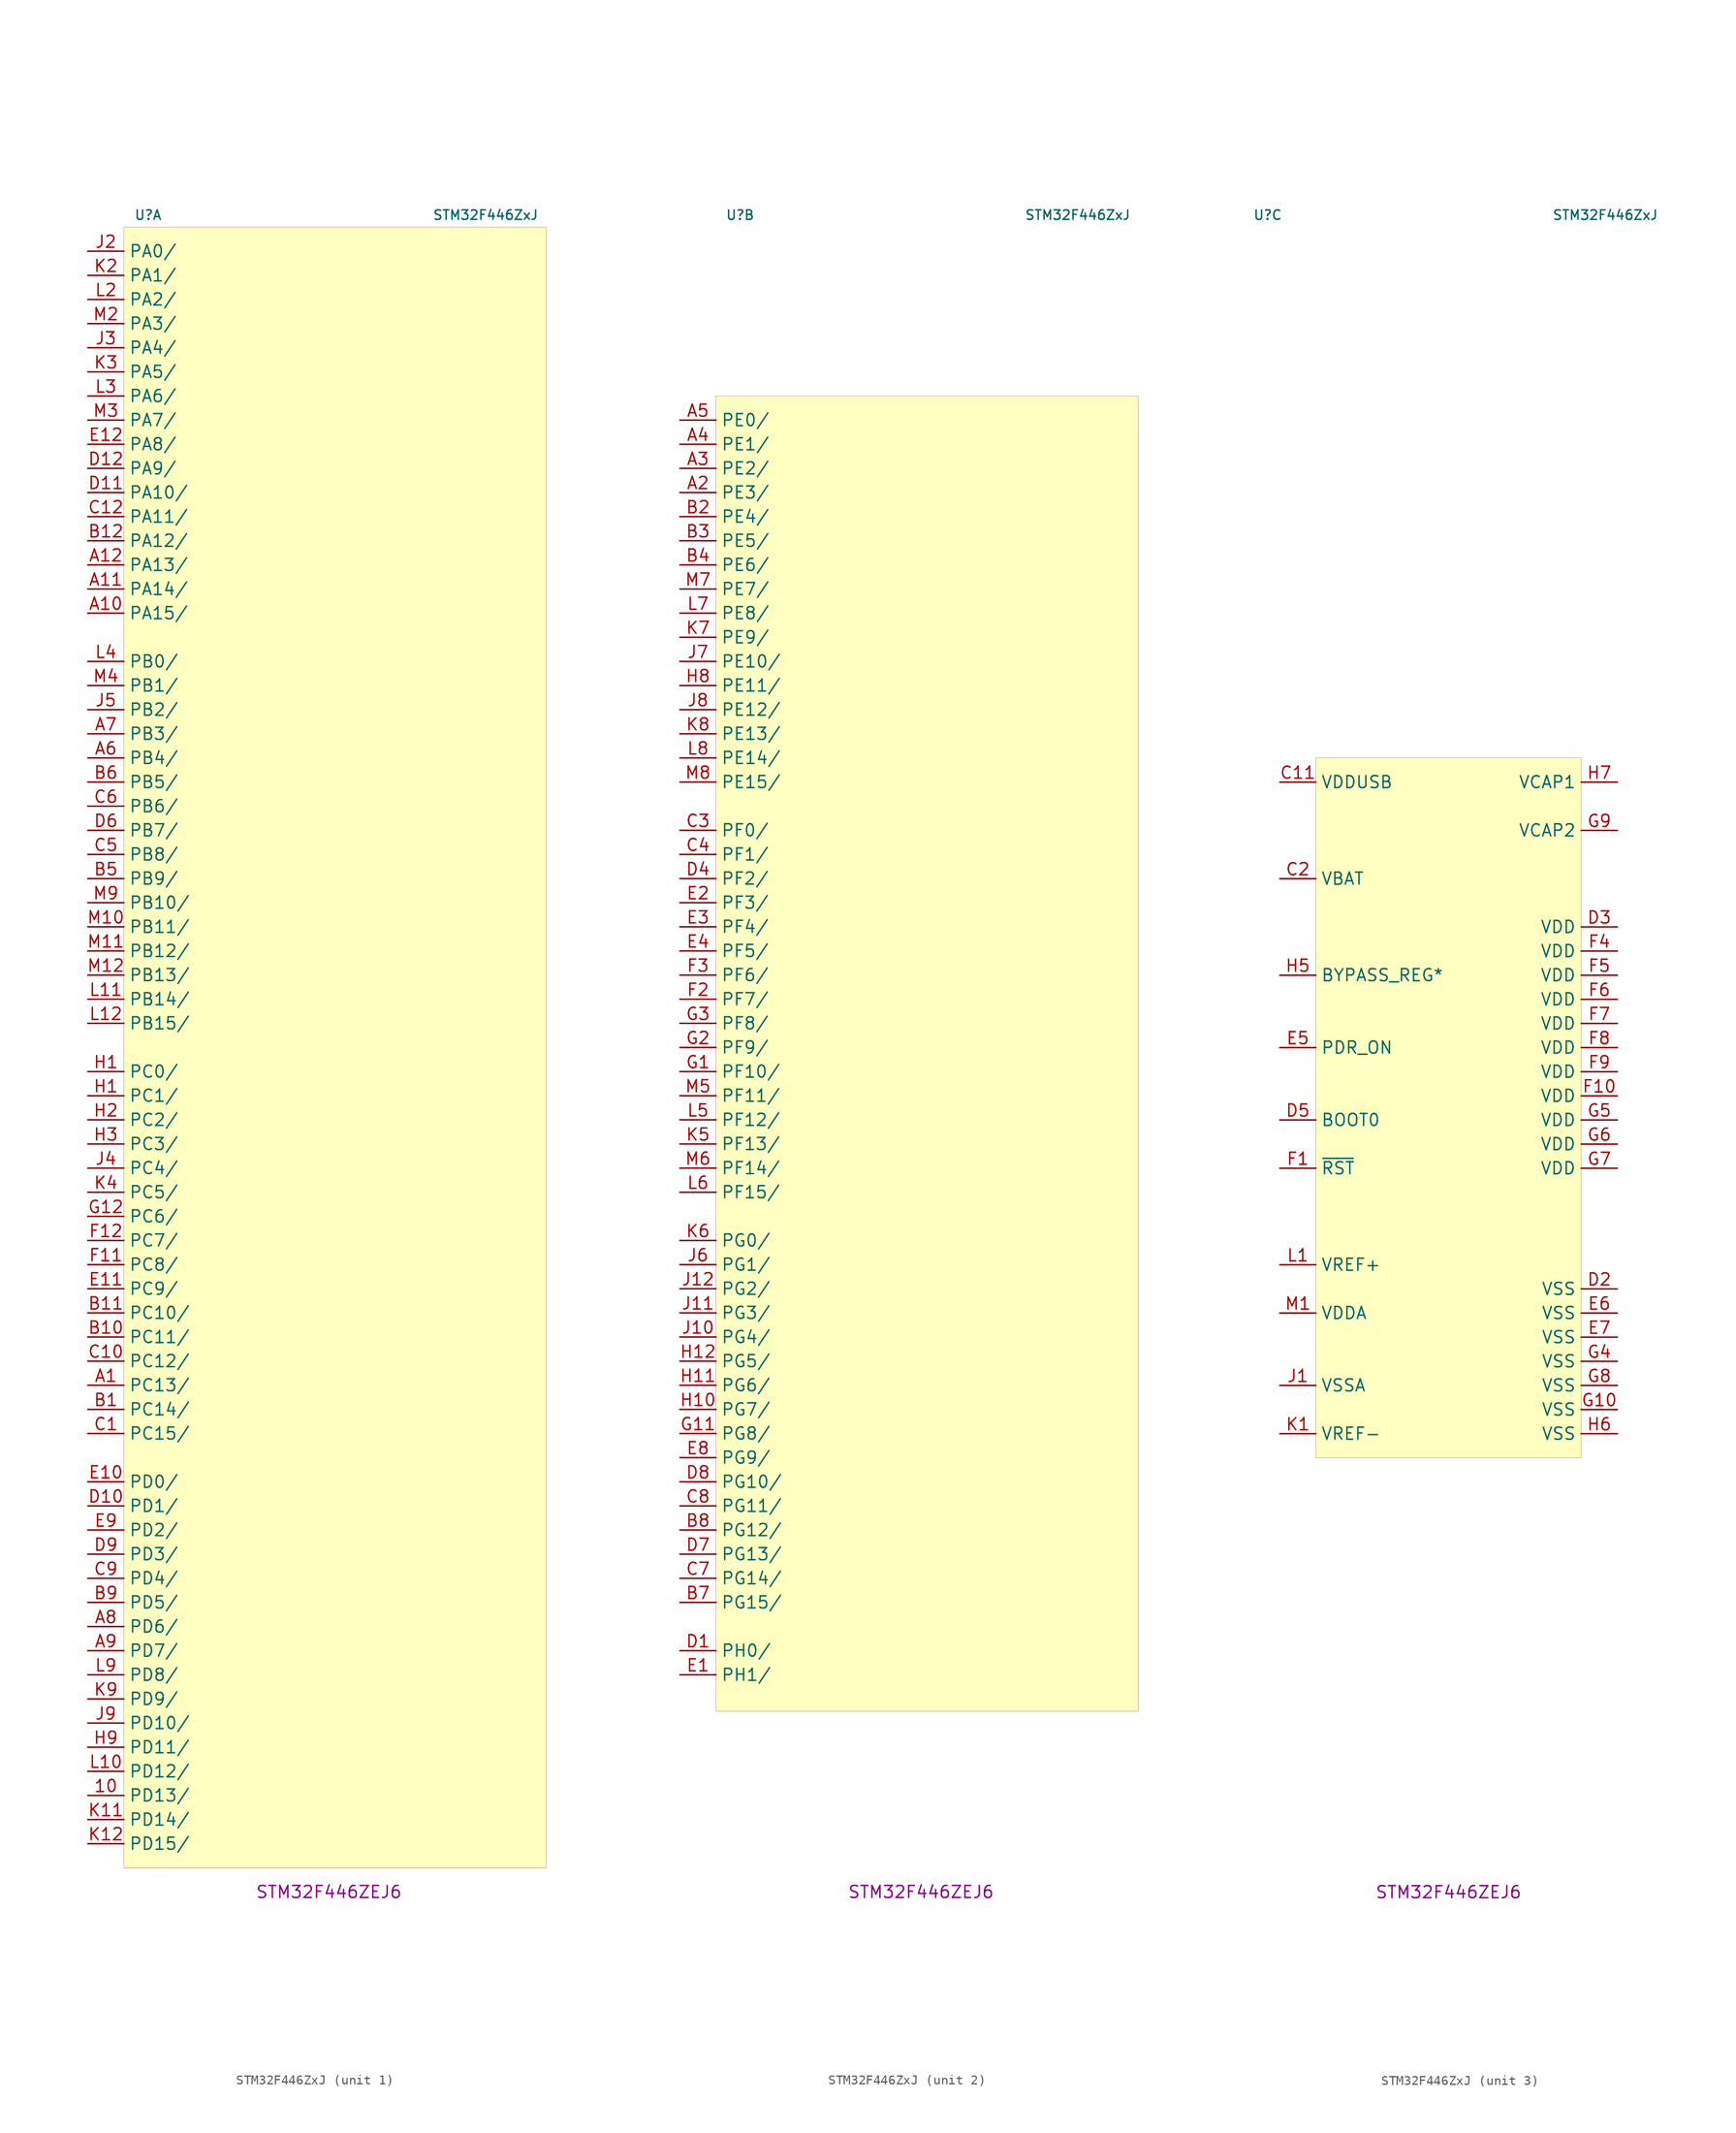
<source format=kicad_sym>
(kicad_symbol_lib
  (version 20231120)
  (generator "kicad_symbol_editor")
  (generator_version "8.0")
  (symbol "STM32F446ZxJ"
    (property "Reference" "U"
      (at -19.05 87.63 0)
      (effects (font (size 1 1))))
    (property "Value" "STM32F446ZxJ"
      (at 16.51 87.63 0)
      (effects (font (size 1 1))))
    (property "MPN" "STM32F446ZEJ6"
      (at 0 -88.9 0)
      (effects (font (size 1.27 1.27))))
    (property "ki_locked" ""
      (at 0 0 0)
      (effects (font (size 1.27 1.27))))
    (symbol "STM32F446ZxJ_1_1"
      (rectangle (start -21.59 86.36) (end 22.86 -86.36) (stroke (width 0.001) (type default)) (fill (type background)))
      (pin bidirectional line (at -25.4 -78.74 0) (length 3.81) (name "PD13/" (effects (font (size 1.27 1.27)))) (number "10" (effects (font (size 1.27 1.27)))))
      (pin bidirectional line (at -25.4 -35.56 0) (length 3.81) (name "PC13/" (effects (font (size 1.27 1.27)))) (number "A1" (effects (font (size 1.27 1.27)))))
      (pin bidirectional line (at -25.4 45.72 0) (length 3.81) (name "PA15/" (effects (font (size 1.27 1.27)))) (number "A10" (effects (font (size 1.27 1.27)))))
      (pin bidirectional line (at -25.4 48.26 0) (length 3.81) (name "PA14/" (effects (font (size 1.27 1.27)))) (number "A11" (effects (font (size 1.27 1.27)))))
      (pin bidirectional line (at -25.4 50.8 0) (length 3.81) (name "PA13/" (effects (font (size 1.27 1.27)))) (number "A12" (effects (font (size 1.27 1.27)))))
      (pin bidirectional line (at -25.4 30.48 0) (length 3.81) (name "PB4/" (effects (font (size 1.27 1.27)))) (number "A6" (effects (font (size 1.27 1.27)))))
      (pin bidirectional line (at -25.4 33.02 0) (length 3.81) (name "PB3/" (effects (font (size 1.27 1.27)))) (number "A7" (effects (font (size 1.27 1.27)))))
      (pin bidirectional line (at -25.4 -60.96 0) (length 3.81) (name "PD6/" (effects (font (size 1.27 1.27)))) (number "A8" (effects (font (size 1.27 1.27)))))
      (pin bidirectional line (at -25.4 -63.5 0) (length 3.81) (name "PD7/" (effects (font (size 1.27 1.27)))) (number "A9" (effects (font (size 1.27 1.27)))))
      (pin bidirectional line (at -25.4 -38.1 0) (length 3.81) (name "PC14/" (effects (font (size 1.27 1.27)))) (number "B1" (effects (font (size 1.27 1.27)))))
      (pin bidirectional line (at -25.4 -30.48 0) (length 3.81) (name "PC11/" (effects (font (size 1.27 1.27)))) (number "B10" (effects (font (size 1.27 1.27)))))
      (pin bidirectional line (at -25.4 -27.94 0) (length 3.81) (name "PC10/" (effects (font (size 1.27 1.27)))) (number "B11" (effects (font (size 1.27 1.27)))))
      (pin bidirectional line (at -25.4 53.34 0) (length 3.81) (name "PA12/" (effects (font (size 1.27 1.27)))) (number "B12" (effects (font (size 1.27 1.27)))))
      (pin bidirectional line (at -25.4 17.78 0) (length 3.81) (name "PB9/" (effects (font (size 1.27 1.27)))) (number "B5" (effects (font (size 1.27 1.27)))))
      (pin bidirectional line (at -25.4 27.94 0) (length 3.81) (name "PB5/" (effects (font (size 1.27 1.27)))) (number "B6" (effects (font (size 1.27 1.27)))))
      (pin bidirectional line (at -25.4 -58.42 0) (length 3.81) (name "PD5/" (effects (font (size 1.27 1.27)))) (number "B9" (effects (font (size 1.27 1.27)))))
      (pin bidirectional line (at -25.4 -40.64 0) (length 3.81) (name "PC15/" (effects (font (size 1.27 1.27)))) (number "C1" (effects (font (size 1.27 1.27)))))
      (pin bidirectional line (at -25.4 -33.02 0) (length 3.81) (name "PC12/" (effects (font (size 1.27 1.27)))) (number "C10" (effects (font (size 1.27 1.27)))))
      (pin bidirectional line (at -25.4 55.88 0) (length 3.81) (name "PA11/" (effects (font (size 1.27 1.27)))) (number "C12" (effects (font (size 1.27 1.27)))))
      (pin bidirectional line (at -25.4 20.32 0) (length 3.81) (name "PB8/" (effects (font (size 1.27 1.27)))) (number "C5" (effects (font (size 1.27 1.27)))))
      (pin bidirectional line (at -25.4 25.4 0) (length 3.81) (name "PB6/" (effects (font (size 1.27 1.27)))) (number "C6" (effects (font (size 1.27 1.27)))))
      (pin bidirectional line (at -25.4 -55.88 0) (length 3.81) (name "PD4/" (effects (font (size 1.27 1.27)))) (number "C9" (effects (font (size 1.27 1.27)))))
      (pin bidirectional line (at -25.4 -48.26 0) (length 3.81) (name "PD1/" (effects (font (size 1.27 1.27)))) (number "D10" (effects (font (size 1.27 1.27)))))
      (pin bidirectional line (at -25.4 58.42 0) (length 3.81) (name "PA10/" (effects (font (size 1.27 1.27)))) (number "D11" (effects (font (size 1.27 1.27)))))
      (pin bidirectional line (at -25.4 60.96 0) (length 3.81) (name "PA9/" (effects (font (size 1.27 1.27)))) (number "D12" (effects (font (size 1.27 1.27)))))
      (pin bidirectional line (at -25.4 22.86 0) (length 3.81) (name "PB7/" (effects (font (size 1.27 1.27)))) (number "D6" (effects (font (size 1.27 1.27)))))
      (pin bidirectional line (at -25.4 -53.34 0) (length 3.81) (name "PD3/" (effects (font (size 1.27 1.27)))) (number "D9" (effects (font (size 1.27 1.27)))))
      (pin bidirectional line (at -25.4 -45.72 0) (length 3.81) (name "PD0/" (effects (font (size 1.27 1.27)))) (number "E10" (effects (font (size 1.27 1.27)))))
      (pin bidirectional line (at -25.4 -25.4 0) (length 3.81) (name "PC9/" (effects (font (size 1.27 1.27)))) (number "E11" (effects (font (size 1.27 1.27)))))
      (pin bidirectional line (at -25.4 63.5 0) (length 3.81) (name "PA8/" (effects (font (size 1.27 1.27)))) (number "E12" (effects (font (size 1.27 1.27)))))
      (pin bidirectional line (at -25.4 -50.8 0) (length 3.81) (name "PD2/" (effects (font (size 1.27 1.27)))) (number "E9" (effects (font (size 1.27 1.27)))))
      (pin bidirectional line (at -25.4 -22.86 0) (length 3.81) (name "PC8/" (effects (font (size 1.27 1.27)))) (number "F11" (effects (font (size 1.27 1.27)))))
      (pin bidirectional line (at -25.4 -20.32 0) (length 3.81) (name "PC7/" (effects (font (size 1.27 1.27)))) (number "F12" (effects (font (size 1.27 1.27)))))
      (pin bidirectional line (at -25.4 -17.78 0) (length 3.81) (name "PC6/" (effects (font (size 1.27 1.27)))) (number "G12" (effects (font (size 1.27 1.27)))))
      (pin bidirectional line (at -25.4 -2.54 0) (length 3.81) (name "PC0/" (effects (font (size 1.27 1.27)))) (number "H1" (effects (font (size 1.27 1.27)))))
      (pin bidirectional line (at -25.4 -5.08 0) (length 3.81) (name "PC1/" (effects (font (size 1.27 1.27)))) (number "H1" (effects (font (size 1.27 1.27)))))
      (pin bidirectional line (at -25.4 -7.62 0) (length 3.81) (name "PC2/" (effects (font (size 1.27 1.27)))) (number "H2" (effects (font (size 1.27 1.27)))))
      (pin bidirectional line (at -25.4 -10.16 0) (length 3.81) (name "PC3/" (effects (font (size 1.27 1.27)))) (number "H3" (effects (font (size 1.27 1.27)))))
      (pin bidirectional line (at -25.4 -73.66 0) (length 3.81) (name "PD11/" (effects (font (size 1.27 1.27)))) (number "H9" (effects (font (size 1.27 1.27)))))
      (pin bidirectional line (at -25.4 83.82 0) (length 3.81) (name "PA0/" (effects (font (size 1.27 1.27)))) (number "J2" (effects (font (size 1.27 1.27)))))
      (pin bidirectional line (at -25.4 73.66 0) (length 3.81) (name "PA4/" (effects (font (size 1.27 1.27)))) (number "J3" (effects (font (size 1.27 1.27)))))
      (pin bidirectional line (at -25.4 -12.7 0) (length 3.81) (name "PC4/" (effects (font (size 1.27 1.27)))) (number "J4" (effects (font (size 1.27 1.27)))))
      (pin bidirectional line (at -25.4 35.56 0) (length 3.81) (name "PB2/" (effects (font (size 1.27 1.27)))) (number "J5" (effects (font (size 1.27 1.27)))))
      (pin bidirectional line (at -25.4 -71.12 0) (length 3.81) (name "PD10/" (effects (font (size 1.27 1.27)))) (number "J9" (effects (font (size 1.27 1.27)))))
      (pin bidirectional line (at -25.4 -81.28 0) (length 3.81) (name "PD14/" (effects (font (size 1.27 1.27)))) (number "K11" (effects (font (size 1.27 1.27)))))
      (pin bidirectional line (at -25.4 -83.82 0) (length 3.81) (name "PD15/" (effects (font (size 1.27 1.27)))) (number "K12" (effects (font (size 1.27 1.27)))))
      (pin bidirectional line (at -25.4 81.28 0) (length 3.81) (name "PA1/" (effects (font (size 1.27 1.27)))) (number "K2" (effects (font (size 1.27 1.27)))))
      (pin bidirectional line (at -25.4 71.12 0) (length 3.81) (name "PA5/" (effects (font (size 1.27 1.27)))) (number "K3" (effects (font (size 1.27 1.27)))))
      (pin bidirectional line (at -25.4 -15.24 0) (length 3.81) (name "PC5/" (effects (font (size 1.27 1.27)))) (number "K4" (effects (font (size 1.27 1.27)))))
      (pin bidirectional line (at -25.4 -68.58 0) (length 3.81) (name "PD9/" (effects (font (size 1.27 1.27)))) (number "K9" (effects (font (size 1.27 1.27)))))
      (pin bidirectional line (at -25.4 -76.2 0) (length 3.81) (name "PD12/" (effects (font (size 1.27 1.27)))) (number "L10" (effects (font (size 1.27 1.27)))))
      (pin bidirectional line (at -25.4 5.08 0) (length 3.81) (name "PB14/" (effects (font (size 1.27 1.27)))) (number "L11" (effects (font (size 1.27 1.27)))))
      (pin bidirectional line (at -25.4 2.54 0) (length 3.81) (name "PB15/" (effects (font (size 1.27 1.27)))) (number "L12" (effects (font (size 1.27 1.27)))))
      (pin bidirectional line (at -25.4 78.74 0) (length 3.81) (name "PA2/" (effects (font (size 1.27 1.27)))) (number "L2" (effects (font (size 1.27 1.27)))))
      (pin bidirectional line (at -25.4 68.58 0) (length 3.81) (name "PA6/" (effects (font (size 1.27 1.27)))) (number "L3" (effects (font (size 1.27 1.27)))))
      (pin bidirectional line (at -25.4 40.64 0) (length 3.81) (name "PB0/" (effects (font (size 1.27 1.27)))) (number "L4" (effects (font (size 1.27 1.27)))))
      (pin bidirectional line (at -25.4 -66.04 0) (length 3.81) (name "PD8/" (effects (font (size 1.27 1.27)))) (number "L9" (effects (font (size 1.27 1.27)))))
      (pin bidirectional line (at -25.4 12.7 0) (length 3.81) (name "PB11/" (effects (font (size 1.27 1.27)))) (number "M10" (effects (font (size 1.27 1.27)))))
      (pin bidirectional line (at -25.4 10.16 0) (length 3.81) (name "PB12/" (effects (font (size 1.27 1.27)))) (number "M11" (effects (font (size 1.27 1.27)))))
      (pin bidirectional line (at -25.4 7.62 0) (length 3.81) (name "PB13/" (effects (font (size 1.27 1.27)))) (number "M12" (effects (font (size 1.27 1.27)))))
      (pin bidirectional line (at -25.4 76.2 0) (length 3.81) (name "PA3/" (effects (font (size 1.27 1.27)))) (number "M2" (effects (font (size 1.27 1.27)))))
      (pin bidirectional line (at -25.4 66.04 0) (length 3.81) (name "PA7/" (effects (font (size 1.27 1.27)))) (number "M3" (effects (font (size 1.27 1.27)))))
      (pin bidirectional line (at -25.4 38.1 0) (length 3.81) (name "PB1/" (effects (font (size 1.27 1.27)))) (number "M4" (effects (font (size 1.27 1.27)))))
      (pin bidirectional line (at -25.4 15.24 0) (length 3.81) (name "PB10/" (effects (font (size 1.27 1.27)))) (number "M9" (effects (font (size 1.27 1.27))))))
    (symbol "STM32F446ZxJ_2_1"
      (rectangle (start -21.59 68.58) (end 22.86 -69.85) (stroke (width 0.001) (type default)) (fill (type background)))
      (pin bidirectional line (at -25.4 58.42 0) (length 3.81) (name "PE3/" (effects (font (size 1.27 1.27)))) (number "A2" (effects (font (size 1.27 1.27)))))
      (pin bidirectional line (at -25.4 60.96 0) (length 3.81) (name "PE2/" (effects (font (size 1.27 1.27)))) (number "A3" (effects (font (size 1.27 1.27)))))
      (pin bidirectional line (at -25.4 63.5 0) (length 3.81) (name "PE1/" (effects (font (size 1.27 1.27)))) (number "A4" (effects (font (size 1.27 1.27)))))
      (pin bidirectional line (at -25.4 66.04 0) (length 3.81) (name "PE0/" (effects (font (size 1.27 1.27)))) (number "A5" (effects (font (size 1.27 1.27)))))
      (pin bidirectional line (at -25.4 55.88 0) (length 3.81) (name "PE4/" (effects (font (size 1.27 1.27)))) (number "B2" (effects (font (size 1.27 1.27)))))
      (pin bidirectional line (at -25.4 53.34 0) (length 3.81) (name "PE5/" (effects (font (size 1.27 1.27)))) (number "B3" (effects (font (size 1.27 1.27)))))
      (pin bidirectional line (at -25.4 50.8 0) (length 3.81) (name "PE6/" (effects (font (size 1.27 1.27)))) (number "B4" (effects (font (size 1.27 1.27)))))
      (pin bidirectional line (at -25.4 -58.42 0) (length 3.81) (name "PG15/" (effects (font (size 1.27 1.27)))) (number "B7" (effects (font (size 1.27 1.27)))))
      (pin bidirectional line (at -25.4 -50.8 0) (length 3.81) (name "PG12/" (effects (font (size 1.27 1.27)))) (number "B8" (effects (font (size 1.27 1.27)))))
      (pin bidirectional line (at -25.4 22.86 0) (length 3.81) (name "PF0/" (effects (font (size 1.27 1.27)))) (number "C3" (effects (font (size 1.27 1.27)))))
      (pin bidirectional line (at -25.4 20.32 0) (length 3.81) (name "PF1/" (effects (font (size 1.27 1.27)))) (number "C4" (effects (font (size 1.27 1.27)))))
      (pin bidirectional line (at -25.4 -55.88 0) (length 3.81) (name "PG14/" (effects (font (size 1.27 1.27)))) (number "C7" (effects (font (size 1.27 1.27)))))
      (pin bidirectional line (at -25.4 -48.26 0) (length 3.81) (name "PG11/" (effects (font (size 1.27 1.27)))) (number "C8" (effects (font (size 1.27 1.27)))))
      (pin bidirectional line (at -25.4 -63.5 0) (length 3.81) (name "PH0/" (effects (font (size 1.27 1.27)))) (number "D1" (effects (font (size 1.27 1.27)))))
      (pin bidirectional line (at -25.4 17.78 0) (length 3.81) (name "PF2/" (effects (font (size 1.27 1.27)))) (number "D4" (effects (font (size 1.27 1.27)))))
      (pin bidirectional line (at -25.4 -53.34 0) (length 3.81) (name "PG13/" (effects (font (size 1.27 1.27)))) (number "D7" (effects (font (size 1.27 1.27)))))
      (pin bidirectional line (at -25.4 -45.72 0) (length 3.81) (name "PG10/" (effects (font (size 1.27 1.27)))) (number "D8" (effects (font (size 1.27 1.27)))))
      (pin bidirectional line (at -25.4 -66.04 0) (length 3.81) (name "PH1/" (effects (font (size 1.27 1.27)))) (number "E1" (effects (font (size 1.27 1.27)))))
      (pin bidirectional line (at -25.4 15.24 0) (length 3.81) (name "PF3/" (effects (font (size 1.27 1.27)))) (number "E2" (effects (font (size 1.27 1.27)))))
      (pin bidirectional line (at -25.4 12.7 0) (length 3.81) (name "PF4/" (effects (font (size 1.27 1.27)))) (number "E3" (effects (font (size 1.27 1.27)))))
      (pin bidirectional line (at -25.4 10.16 0) (length 3.81) (name "PF5/" (effects (font (size 1.27 1.27)))) (number "E4" (effects (font (size 1.27 1.27)))))
      (pin bidirectional line (at -25.4 -43.18 0) (length 3.81) (name "PG9/" (effects (font (size 1.27 1.27)))) (number "E8" (effects (font (size 1.27 1.27)))))
      (pin bidirectional line (at -25.4 5.08 0) (length 3.81) (name "PF7/" (effects (font (size 1.27 1.27)))) (number "F2" (effects (font (size 1.27 1.27)))))
      (pin bidirectional line (at -25.4 7.62 0) (length 3.81) (name "PF6/" (effects (font (size 1.27 1.27)))) (number "F3" (effects (font (size 1.27 1.27)))))
      (pin bidirectional line (at -25.4 -2.54 0) (length 3.81) (name "PF10/" (effects (font (size 1.27 1.27)))) (number "G1" (effects (font (size 1.27 1.27)))))
      (pin bidirectional line (at -25.4 -40.64 0) (length 3.81) (name "PG8/" (effects (font (size 1.27 1.27)))) (number "G11" (effects (font (size 1.27 1.27)))))
      (pin bidirectional line (at -25.4 0 0) (length 3.81) (name "PF9/" (effects (font (size 1.27 1.27)))) (number "G2" (effects (font (size 1.27 1.27)))))
      (pin bidirectional line (at -25.4 2.54 0) (length 3.81) (name "PF8/" (effects (font (size 1.27 1.27)))) (number "G3" (effects (font (size 1.27 1.27)))))
      (pin bidirectional line (at -25.4 -38.1 0) (length 3.81) (name "PG7/" (effects (font (size 1.27 1.27)))) (number "H10" (effects (font (size 1.27 1.27)))))
      (pin bidirectional line (at -25.4 -35.56 0) (length 3.81) (name "PG6/" (effects (font (size 1.27 1.27)))) (number "H11" (effects (font (size 1.27 1.27)))))
      (pin bidirectional line (at -25.4 -33.02 0) (length 3.81) (name "PG5/" (effects (font (size 1.27 1.27)))) (number "H12" (effects (font (size 1.27 1.27)))))
      (pin bidirectional line (at -25.4 38.1 0) (length 3.81) (name "PE11/" (effects (font (size 1.27 1.27)))) (number "H8" (effects (font (size 1.27 1.27)))))
      (pin bidirectional line (at -25.4 -30.48 0) (length 3.81) (name "PG4/" (effects (font (size 1.27 1.27)))) (number "J10" (effects (font (size 1.27 1.27)))))
      (pin bidirectional line (at -25.4 -27.94 0) (length 3.81) (name "PG3/" (effects (font (size 1.27 1.27)))) (number "J11" (effects (font (size 1.27 1.27)))))
      (pin bidirectional line (at -25.4 -25.4 0) (length 3.81) (name "PG2/" (effects (font (size 1.27 1.27)))) (number "J12" (effects (font (size 1.27 1.27)))))
      (pin bidirectional line (at -25.4 -22.86 0) (length 3.81) (name "PG1/" (effects (font (size 1.27 1.27)))) (number "J6" (effects (font (size 1.27 1.27)))))
      (pin bidirectional line (at -25.4 40.64 0) (length 3.81) (name "PE10/" (effects (font (size 1.27 1.27)))) (number "J7" (effects (font (size 1.27 1.27)))))
      (pin bidirectional line (at -25.4 35.56 0) (length 3.81) (name "PE12/" (effects (font (size 1.27 1.27)))) (number "J8" (effects (font (size 1.27 1.27)))))
      (pin bidirectional line (at -25.4 -10.16 0) (length 3.81) (name "PF13/" (effects (font (size 1.27 1.27)))) (number "K5" (effects (font (size 1.27 1.27)))))
      (pin bidirectional line (at -25.4 -20.32 0) (length 3.81) (name "PG0/" (effects (font (size 1.27 1.27)))) (number "K6" (effects (font (size 1.27 1.27)))))
      (pin bidirectional line (at -25.4 43.18 0) (length 3.81) (name "PE9/" (effects (font (size 1.27 1.27)))) (number "K7" (effects (font (size 1.27 1.27)))))
      (pin bidirectional line (at -25.4 33.02 0) (length 3.81) (name "PE13/" (effects (font (size 1.27 1.27)))) (number "K8" (effects (font (size 1.27 1.27)))))
      (pin bidirectional line (at -25.4 -7.62 0) (length 3.81) (name "PF12/" (effects (font (size 1.27 1.27)))) (number "L5" (effects (font (size 1.27 1.27)))))
      (pin bidirectional line (at -25.4 -15.24 0) (length 3.81) (name "PF15/" (effects (font (size 1.27 1.27)))) (number "L6" (effects (font (size 1.27 1.27)))))
      (pin bidirectional line (at -25.4 45.72 0) (length 3.81) (name "PE8/" (effects (font (size 1.27 1.27)))) (number "L7" (effects (font (size 1.27 1.27)))))
      (pin bidirectional line (at -25.4 30.48 0) (length 3.81) (name "PE14/" (effects (font (size 1.27 1.27)))) (number "L8" (effects (font (size 1.27 1.27)))))
      (pin bidirectional line (at -25.4 -5.08 0) (length 3.81) (name "PF11/" (effects (font (size 1.27 1.27)))) (number "M5" (effects (font (size 1.27 1.27)))))
      (pin bidirectional line (at -25.4 -12.7 0) (length 3.81) (name "PF14/" (effects (font (size 1.27 1.27)))) (number "M6" (effects (font (size 1.27 1.27)))))
      (pin bidirectional line (at -25.4 48.26 0) (length 3.81) (name "PE7/" (effects (font (size 1.27 1.27)))) (number "M7" (effects (font (size 1.27 1.27)))))
      (pin bidirectional line (at -25.4 27.94 0) (length 3.81) (name "PE15/" (effects (font (size 1.27 1.27)))) (number "M8" (effects (font (size 1.27 1.27))))))
    (symbol "STM32F446ZxJ_3_1"
      (rectangle (start -13.97 -43.18) (end 13.97 30.48) (stroke (width 0.001) (type default)) (fill (type background)))
      (pin power_in line (at -17.78 27.94 0) (length 3.81) (name "VDDUSB" (effects (font (size 1.27 1.27)))) (number "C11" (effects (font (size 1.27 1.27)))))
      (pin power_in line (at -17.78 17.78 0) (length 3.81) (name "VBAT" (effects (font (size 1.27 1.27)))) (number "C2" (effects (font (size 1.27 1.27)))))
      (pin power_in line (at 17.78 -25.4 180) (length 3.81) (name "VSS" (effects (font (size 1.27 1.27)))) (number "D2" (effects (font (size 1.27 1.27)))))
      (pin power_in line (at 17.78 12.7 180) (length 3.81) (name "VDD" (effects (font (size 1.27 1.27)))) (number "D3" (effects (font (size 1.27 1.27)))))
      (pin input line (at -17.78 -7.62 0) (length 3.81) (name "BOOT0" (effects (font (size 1.27 1.27)))) (number "D5" (effects (font (size 1.27 1.27)))))
      (pin input line (at -17.78 0 0) (length 3.81) (name "PDR_ON" (effects (font (size 1.27 1.27)))) (number "E5" (effects (font (size 1.27 1.27)))))
      (pin power_in line (at 17.78 -27.94 180) (length 3.81) (name "VSS" (effects (font (size 1.27 1.27)))) (number "E6" (effects (font (size 1.27 1.27)))))
      (pin power_in line (at 17.78 -30.48 180) (length 3.81) (name "VSS" (effects (font (size 1.27 1.27)))) (number "E7" (effects (font (size 1.27 1.27)))))
      (pin bidirectional line (at -17.78 -12.7 0) (length 3.81) (name "~{RST}" (effects (font (size 1.27 1.27)))) (number "F1" (effects (font (size 1.27 1.27)))))
      (pin power_in line (at 17.78 -5.08 180) (length 3.81) (name "VDD" (effects (font (size 1.27 1.27)))) (number "F10" (effects (font (size 1.27 1.27)))))
      (pin power_in line (at 17.78 10.16 180) (length 3.81) (name "VDD" (effects (font (size 1.27 1.27)))) (number "F4" (effects (font (size 1.27 1.27)))))
      (pin power_in line (at 17.78 7.62 180) (length 3.81) (name "VDD" (effects (font (size 1.27 1.27)))) (number "F5" (effects (font (size 1.27 1.27)))))
      (pin power_in line (at 17.78 5.08 180) (length 3.81) (name "VDD" (effects (font (size 1.27 1.27)))) (number "F6" (effects (font (size 1.27 1.27)))))
      (pin power_in line (at 17.78 2.54 180) (length 3.81) (name "VDD" (effects (font (size 1.27 1.27)))) (number "F7" (effects (font (size 1.27 1.27)))))
      (pin power_in line (at 17.78 0 180) (length 3.81) (name "VDD" (effects (font (size 1.27 1.27)))) (number "F8" (effects (font (size 1.27 1.27)))))
      (pin power_in line (at 17.78 -2.54 180) (length 3.81) (name "VDD" (effects (font (size 1.27 1.27)))) (number "F9" (effects (font (size 1.27 1.27)))))
      (pin power_in line (at 17.78 -38.1 180) (length 3.81) (name "VSS" (effects (font (size 1.27 1.27)))) (number "G10" (effects (font (size 1.27 1.27)))))
      (pin power_in line (at 17.78 -33.02 180) (length 3.81) (name "VSS" (effects (font (size 1.27 1.27)))) (number "G4" (effects (font (size 1.27 1.27)))))
      (pin power_in line (at 17.78 -7.62 180) (length 3.81) (name "VDD" (effects (font (size 1.27 1.27)))) (number "G5" (effects (font (size 1.27 1.27)))))
      (pin power_in line (at 17.78 -10.16 180) (length 3.81) (name "VDD" (effects (font (size 1.27 1.27)))) (number "G6" (effects (font (size 1.27 1.27)))))
      (pin power_in line (at 17.78 -12.7 180) (length 3.81) (name "VDD" (effects (font (size 1.27 1.27)))) (number "G7" (effects (font (size 1.27 1.27)))))
      (pin power_in line (at 17.78 -35.56 180) (length 3.81) (name "VSS" (effects (font (size 1.27 1.27)))) (number "G8" (effects (font (size 1.27 1.27)))))
      (pin power_in line (at 17.78 22.86 180) (length 3.81) (name "VCAP2" (effects (font (size 1.27 1.27)))) (number "G9" (effects (font (size 1.27 1.27)))))
      (pin power_in line (at -17.78 7.62 0) (length 3.81) (name "BYPASS_REG*" (effects (font (size 1.27 1.27)))) (number "H5" (effects (font (size 1.27 1.27)))))
      (pin power_in line (at 17.78 -40.64 180) (length 3.81) (name "VSS" (effects (font (size 1.27 1.27)))) (number "H6" (effects (font (size 1.27 1.27)))))
      (pin power_in line (at 17.78 27.94 180) (length 3.81) (name "VCAP1" (effects (font (size 1.27 1.27)))) (number "H7" (effects (font (size 1.27 1.27)))))
      (pin power_in line (at -17.78 -35.56 0) (length 3.81) (name "VSSA" (effects (font (size 1.27 1.27)))) (number "J1" (effects (font (size 1.27 1.27)))))
      (pin power_in line (at -17.78 -40.64 0) (length 3.81) (name "VREF-" (effects (font (size 1.27 1.27)))) (number "K1" (effects (font (size 1.27 1.27)))))
      (pin power_in line (at -17.78 -22.86 0) (length 3.81) (name "VREF+" (effects (font (size 1.27 1.27)))) (number "L1" (effects (font (size 1.27 1.27)))))
      (pin power_in line (at -17.78 -27.94 0) (length 3.81) (name "VDDA" (effects (font (size 1.27 1.27)))) (number "M1" (effects (font (size 1.27 1.27))))))))
</source>
